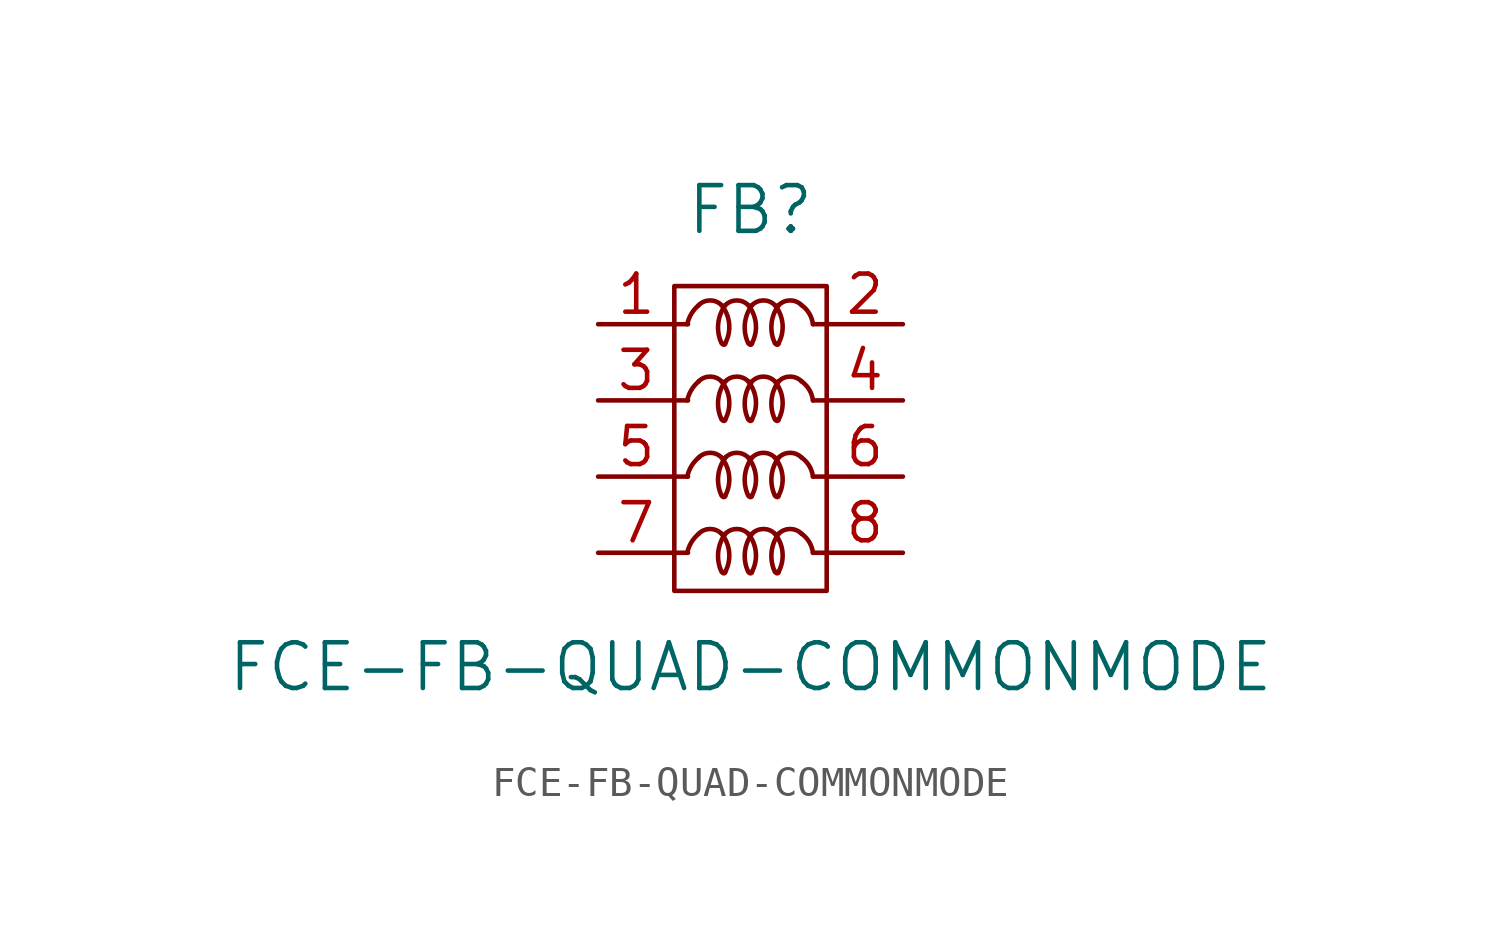
<source format=kicad_sym>
(kicad_symbol_lib
  (version 20211014)
  (generator kicad_symbol_editor)
  (symbol "FCE-FB-QUAD-COMMONMODE"
    (pin_names
      (offset 1.016))
    (property "Reference" "FB"
      (at 0 7.62 0)
      (effects (font (size 1.524 1.524))))
    (property "Value" "FCE-FB-QUAD-COMMONMODE"
      (at 0 -7.62 0)
      (effects (font (size 1.524 1.524))))
    (symbol "FCE-FB-QUAD-COMMONMODE_0_0"
      (arc (start -0.9398 -4.445) (mid -0.889 -4.4958) (end -0.8382 -4.445) (stroke (width 0) (type default) (color 0 0 0 0)) (fill (type none)))
      (arc (start -0.9398 -1.905) (mid -0.889 -1.9558) (end -0.8382 -1.905) (stroke (width 0) (type default) (color 0 0 0 0)) (fill (type none)))
      (arc (start -0.9398 0.635) (mid -0.889 0.5842) (end -0.8382 0.635) (stroke (width 0) (type default) (color 0 0 0 0)) (fill (type none)))
      (arc (start -0.9398 3.175) (mid -0.889 3.1242) (end -0.8382 3.175) (stroke (width 0) (type default) (color 0 0 0 0)) (fill (type none)))
      (arc (start -0.0508 -4.445) (mid 0 -4.4958) (end 0.0508 -4.445) (stroke (width 0) (type default) (color 0 0 0 0)) (fill (type none)))
      (arc (start -0.0508 -1.905) (mid 0 -1.9558) (end 0.0508 -1.905) (stroke (width 0) (type default) (color 0 0 0 0)) (fill (type none)))
      (arc (start -0.0508 0.635) (mid 0 0.5842) (end 0.0508 0.635) (stroke (width 0) (type default) (color 0 0 0 0)) (fill (type none)))
      (arc (start -0.0508 3.175) (mid 0 3.1242) (end 0.0508 3.175) (stroke (width 0) (type default) (color 0 0 0 0)) (fill (type none)))
      (polyline (pts (xy -2.54 -3.81) (xy -2.083 -3.81)) (stroke (width 0) (type default) (color 0 0 0 0)) (fill (type none)))
      (polyline (pts (xy -2.54 -1.27) (xy -2.083 -1.27)) (stroke (width 0) (type default) (color 0 0 0 0)) (fill (type none)))
      (polyline (pts (xy -2.54 1.27) (xy -2.083 1.27)) (stroke (width 0) (type default) (color 0 0 0 0)) (fill (type none)))
      (polyline (pts (xy -2.54 3.81) (xy -2.083 3.81)) (stroke (width 0) (type default) (color 0 0 0 0)) (fill (type none)))
      (polyline (pts (xy 2.083 -3.81) (xy 2.54 -3.81)) (stroke (width 0) (type default) (color 0 0 0 0)) (fill (type none)))
      (polyline (pts (xy 2.083 -1.27) (xy 2.54 -1.27)) (stroke (width 0) (type default) (color 0 0 0 0)) (fill (type none)))
      (polyline (pts (xy 2.083 1.27) (xy 2.54 1.27)) (stroke (width 0) (type default) (color 0 0 0 0)) (fill (type none)))
      (polyline (pts (xy 2.083 3.81) (xy 2.54 3.81)) (stroke (width 0) (type default) (color 0 0 0 0)) (fill (type none)))
      (arc (start 0.8382 -4.445) (mid 0.889 -4.4958) (end 0.9398 -4.445) (stroke (width 0) (type default) (color 0 0 0 0)) (fill (type none)))
      (arc (start 0.8382 -1.905) (mid 0.889 -1.9558) (end 0.9398 -1.905) (stroke (width 0) (type default) (color 0 0 0 0)) (fill (type none)))
      (arc (start 0.8382 0.635) (mid 0.889 0.5842) (end 0.9398 0.635) (stroke (width 0) (type default) (color 0 0 0 0)) (fill (type none)))
      (arc (start 0.8382 3.175) (mid 0.889 3.1242) (end 0.9398 3.175) (stroke (width 0) (type default) (color 0 0 0 0)) (fill (type none))))
    (symbol "FCE-FB-QUAD-COMMONMODE_0_1"
      (rectangle (start -2.54 5.08) (end 2.54 -5.08) (stroke (width 0) (type default) (color 0 0 0 0)) (fill (type none)))
      (arc (start -1.7272 -3.175) (mid -1.971 -3.4595) (end -2.1082 -3.81) (stroke (width 0) (type default) (color 0 0 0 0)) (fill (type none)))
      (arc (start -1.7272 -0.635) (mid -1.971 -0.9195) (end -2.1082 -1.27) (stroke (width 0) (type default) (color 0 0 0 0)) (fill (type none)))
      (arc (start -1.7272 1.905) (mid -1.971 1.6205) (end -2.1082 1.27) (stroke (width 0) (type default) (color 0 0 0 0)) (fill (type none)))
      (arc (start -1.7272 4.445) (mid -1.971 4.1605) (end -2.1082 3.81) (stroke (width 0) (type default) (color 0 0 0 0)) (fill (type none)))
      (arc (start -0.9652 -3.175) (mid -1.3462 -3.0172) (end -1.7272 -3.175) (stroke (width 0) (type default) (color 0 0 0 0)) (fill (type none)))
      (arc (start -0.9652 -0.635) (mid -1.3462 -0.4772) (end -1.7272 -0.635) (stroke (width 0) (type default) (color 0 0 0 0)) (fill (type none)))
      (arc (start -0.9652 1.905) (mid -1.3462 2.0628) (end -1.7272 1.905) (stroke (width 0) (type default) (color 0 0 0 0)) (fill (type none)))
      (arc (start -0.9652 4.445) (mid -1.3462 4.6028) (end -1.7272 4.445) (stroke (width 0) (type default) (color 0 0 0 0)) (fill (type none)))
      (arc (start -0.8382 -4.445) (mid -0.7101 -3.7924) (end -0.9652 -3.175) (stroke (width 0) (type default) (color 0 0 0 0)) (fill (type none)))
      (arc (start -0.8382 -3.175) (mid -1.0762 -3.792) (end -0.9652 -4.445) (stroke (width 0) (type default) (color 0 0 0 0)) (fill (type none)))
      (arc (start -0.8382 -1.905) (mid -0.7101 -1.2524) (end -0.9652 -0.635) (stroke (width 0) (type default) (color 0 0 0 0)) (fill (type none)))
      (arc (start -0.8382 -0.635) (mid -1.0762 -1.252) (end -0.9652 -1.905) (stroke (width 0) (type default) (color 0 0 0 0)) (fill (type none)))
      (arc (start -0.8382 0.635) (mid -0.7101 1.2876) (end -0.9652 1.905) (stroke (width 0) (type default) (color 0 0 0 0)) (fill (type none)))
      (arc (start -0.8382 1.905) (mid -1.0762 1.288) (end -0.9652 0.635) (stroke (width 0) (type default) (color 0 0 0 0)) (fill (type none)))
      (arc (start -0.8382 3.175) (mid -0.7101 3.8276) (end -0.9652 4.445) (stroke (width 0) (type default) (color 0 0 0 0)) (fill (type none)))
      (arc (start -0.8382 4.445) (mid -1.0762 3.828) (end -0.9652 3.175) (stroke (width 0) (type default) (color 0 0 0 0)) (fill (type none)))
      (arc (start -0.0762 -3.175) (mid -0.4572 -3.0172) (end -0.8382 -3.175) (stroke (width 0) (type default) (color 0 0 0 0)) (fill (type none)))
      (arc (start -0.0762 -0.635) (mid -0.4572 -0.4772) (end -0.8382 -0.635) (stroke (width 0) (type default) (color 0 0 0 0)) (fill (type none)))
      (arc (start -0.0762 1.905) (mid -0.4572 2.0628) (end -0.8382 1.905) (stroke (width 0) (type default) (color 0 0 0 0)) (fill (type none)))
      (arc (start -0.0762 4.445) (mid -0.4572 4.6028) (end -0.8382 4.445) (stroke (width 0) (type default) (color 0 0 0 0)) (fill (type none)))
      (arc (start 0.0508 -4.445) (mid 0.1789 -3.7924) (end -0.0762 -3.175) (stroke (width 0) (type default) (color 0 0 0 0)) (fill (type none)))
      (arc (start 0.0508 -3.175) (mid -0.1872 -3.792) (end -0.0762 -4.445) (stroke (width 0) (type default) (color 0 0 0 0)) (fill (type none)))
      (arc (start 0.0508 -1.905) (mid 0.1789 -1.2524) (end -0.0762 -0.635) (stroke (width 0) (type default) (color 0 0 0 0)) (fill (type none)))
      (arc (start 0.0508 -0.635) (mid -0.1872 -1.252) (end -0.0762 -1.905) (stroke (width 0) (type default) (color 0 0 0 0)) (fill (type none)))
      (arc (start 0.0508 0.635) (mid 0.1789 1.2876) (end -0.0762 1.905) (stroke (width 0) (type default) (color 0 0 0 0)) (fill (type none)))
      (arc (start 0.0508 1.905) (mid -0.1872 1.288) (end -0.0762 0.635) (stroke (width 0) (type default) (color 0 0 0 0)) (fill (type none)))
      (arc (start 0.0508 3.175) (mid 0.1789 3.8276) (end -0.0762 4.445) (stroke (width 0) (type default) (color 0 0 0 0)) (fill (type none)))
      (arc (start 0.0508 4.445) (mid -0.1872 3.828) (end -0.0762 3.175) (stroke (width 0) (type default) (color 0 0 0 0)) (fill (type none)))
      (arc (start 0.8128 -3.175) (mid 0.4318 -3.0172) (end 0.0508 -3.175) (stroke (width 0) (type default) (color 0 0 0 0)) (fill (type none)))
      (arc (start 0.8128 -0.635) (mid 0.4318 -0.4772) (end 0.0508 -0.635) (stroke (width 0) (type default) (color 0 0 0 0)) (fill (type none)))
      (arc (start 0.8128 1.905) (mid 0.4318 2.0628) (end 0.0508 1.905) (stroke (width 0) (type default) (color 0 0 0 0)) (fill (type none)))
      (arc (start 0.8128 4.445) (mid 0.4318 4.6028) (end 0.0508 4.445) (stroke (width 0) (type default) (color 0 0 0 0)) (fill (type none)))
      (arc (start 0.9398 -4.445) (mid 1.0679 -3.7924) (end 0.8128 -3.175) (stroke (width 0) (type default) (color 0 0 0 0)) (fill (type none)))
      (arc (start 0.9398 -3.175) (mid 0.7018 -3.792) (end 0.8128 -4.445) (stroke (width 0) (type default) (color 0 0 0 0)) (fill (type none)))
      (arc (start 0.9398 -1.905) (mid 1.0679 -1.2524) (end 0.8128 -0.635) (stroke (width 0) (type default) (color 0 0 0 0)) (fill (type none)))
      (arc (start 0.9398 -0.635) (mid 0.7018 -1.252) (end 0.8128 -1.905) (stroke (width 0) (type default) (color 0 0 0 0)) (fill (type none)))
      (arc (start 0.9398 0.635) (mid 1.0679 1.2876) (end 0.8128 1.905) (stroke (width 0) (type default) (color 0 0 0 0)) (fill (type none)))
      (arc (start 0.9398 1.905) (mid 0.7018 1.288) (end 0.8128 0.635) (stroke (width 0) (type default) (color 0 0 0 0)) (fill (type none)))
      (arc (start 0.9398 3.175) (mid 1.0679 3.8276) (end 0.8128 4.445) (stroke (width 0) (type default) (color 0 0 0 0)) (fill (type none)))
      (arc (start 0.9398 4.445) (mid 0.7018 3.828) (end 0.8128 3.175) (stroke (width 0) (type default) (color 0 0 0 0)) (fill (type none)))
      (arc (start 1.7018 -3.175) (mid 1.3208 -3.0172) (end 0.9398 -3.175) (stroke (width 0) (type default) (color 0 0 0 0)) (fill (type none)))
      (arc (start 1.7018 -0.635) (mid 1.3208 -0.4772) (end 0.9398 -0.635) (stroke (width 0) (type default) (color 0 0 0 0)) (fill (type none)))
      (arc (start 1.7018 1.905) (mid 1.3208 2.0628) (end 0.9398 1.905) (stroke (width 0) (type default) (color 0 0 0 0)) (fill (type none)))
      (arc (start 1.7018 4.445) (mid 1.3208 4.6028) (end 0.9398 4.445) (stroke (width 0) (type default) (color 0 0 0 0)) (fill (type none)))
      (arc (start 2.0828 -3.81) (mid 1.9581 -3.4515) (end 1.7018 -3.175) (stroke (width 0) (type default) (color 0 0 0 0)) (fill (type none)))
      (arc (start 2.0828 -1.27) (mid 1.9581 -0.9115) (end 1.7018 -0.635) (stroke (width 0) (type default) (color 0 0 0 0)) (fill (type none)))
      (arc (start 2.0828 1.27) (mid 1.9581 1.6285) (end 1.7018 1.905) (stroke (width 0) (type default) (color 0 0 0 0)) (fill (type none)))
      (arc (start 2.0828 3.81) (mid 1.9581 4.1685) (end 1.7018 4.445) (stroke (width 0) (type default) (color 0 0 0 0)) (fill (type none))))
    (symbol "FCE-FB-QUAD-COMMONMODE_1_1"
      (pin passive line (at -5.08 3.81 0) (length 2.54) (name "~" (effects (font (size 1.27 1.27)))) (number "1" (effects (font (size 1.27 1.27)))))
      (pin passive line (at 5.08 3.81 180) (length 2.54) (name "~" (effects (font (size 1.27 1.27)))) (number "2" (effects (font (size 1.27 1.27)))))
      (pin passive line (at -5.08 1.27 0) (length 2.54) (name "~" (effects (font (size 1.27 1.27)))) (number "3" (effects (font (size 1.27 1.27)))))
      (pin passive line (at 5.08 1.27 180) (length 2.54) (name "~" (effects (font (size 1.27 1.27)))) (number "4" (effects (font (size 1.27 1.27)))))
      (pin passive line (at -5.08 -1.27 0) (length 2.54) (name "~" (effects (font (size 1.27 1.27)))) (number "5" (effects (font (size 1.27 1.27)))))
      (pin passive line (at 5.08 -1.27 180) (length 2.54) (name "~" (effects (font (size 1.27 1.27)))) (number "6" (effects (font (size 1.27 1.27)))))
      (pin passive line (at -5.08 -3.81 0) (length 2.54) (name "~" (effects (font (size 1.27 1.27)))) (number "7" (effects (font (size 1.27 1.27)))))
      (pin passive line (at 5.08 -3.81 180) (length 2.54) (name "~" (effects (font (size 1.27 1.27)))) (number "8" (effects (font (size 1.27 1.27))))))))
</source>
